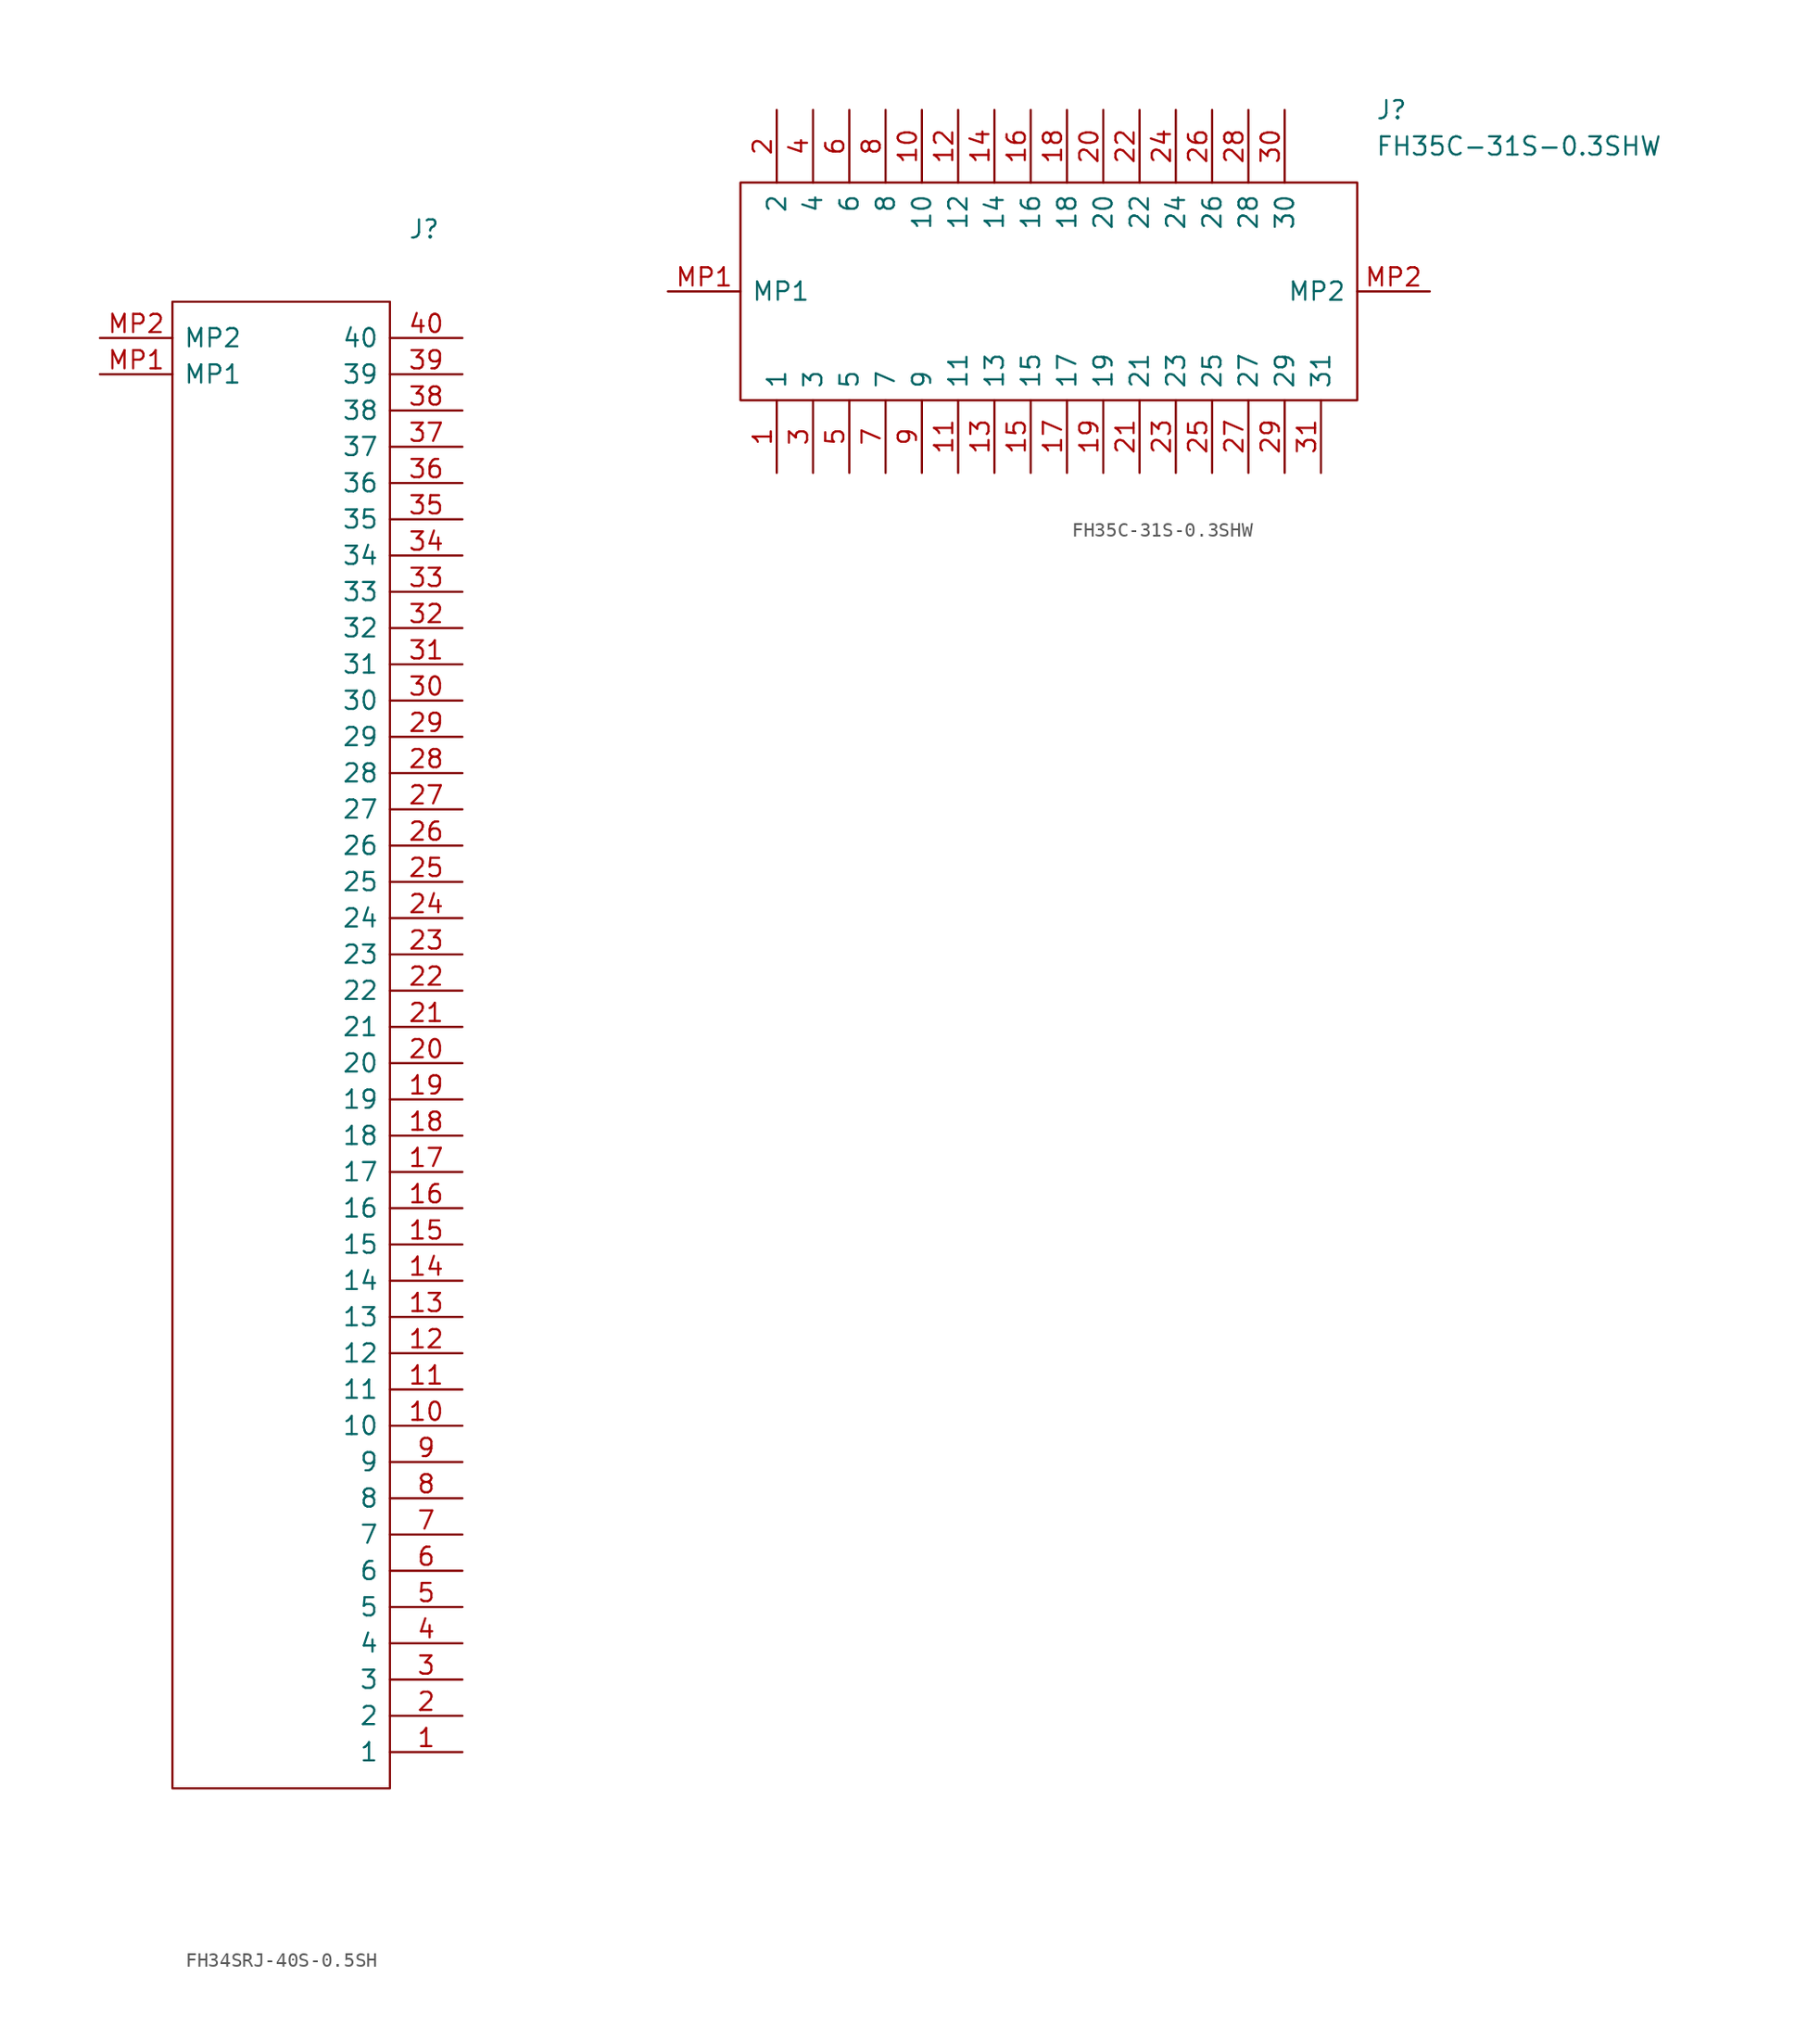
<source format=kicad_sym>
(kicad_symbol_lib
  (version 20220914)
  (generator kicad_symbol_editor)
  (symbol "FH34SRJ-40S-0.5SH"
    (pin_names
      (offset 0.762))
    (property "Reference" "J"
      (at 21.59 7.62 0)
      (effects (font (size 1.27 1.27)) (justify left)))
    (symbol "FH34SRJ-40S-0.5SH_0_0"
      (pin passive line (at 25.4 -99.06 180) (length 5.08) (name "1" (effects (font (size 1.27 1.27)))) (number "1" (effects (font (size 1.27 1.27)))))
      (pin passive line (at 25.4 -76.2 180) (length 5.08) (name "10" (effects (font (size 1.27 1.27)))) (number "10" (effects (font (size 1.27 1.27)))))
      (pin passive line (at 25.4 -73.66 180) (length 5.08) (name "11" (effects (font (size 1.27 1.27)))) (number "11" (effects (font (size 1.27 1.27)))))
      (pin passive line (at 25.4 -71.12 180) (length 5.08) (name "12" (effects (font (size 1.27 1.27)))) (number "12" (effects (font (size 1.27 1.27)))))
      (pin passive line (at 25.4 -68.58 180) (length 5.08) (name "13" (effects (font (size 1.27 1.27)))) (number "13" (effects (font (size 1.27 1.27)))))
      (pin passive line (at 25.4 -66.04 180) (length 5.08) (name "14" (effects (font (size 1.27 1.27)))) (number "14" (effects (font (size 1.27 1.27)))))
      (pin passive line (at 25.4 -63.5 180) (length 5.08) (name "15" (effects (font (size 1.27 1.27)))) (number "15" (effects (font (size 1.27 1.27)))))
      (pin passive line (at 25.4 -60.96 180) (length 5.08) (name "16" (effects (font (size 1.27 1.27)))) (number "16" (effects (font (size 1.27 1.27)))))
      (pin passive line (at 25.4 -58.42 180) (length 5.08) (name "17" (effects (font (size 1.27 1.27)))) (number "17" (effects (font (size 1.27 1.27)))))
      (pin passive line (at 25.4 -55.88 180) (length 5.08) (name "18" (effects (font (size 1.27 1.27)))) (number "18" (effects (font (size 1.27 1.27)))))
      (pin passive line (at 25.4 -53.34 180) (length 5.08) (name "19" (effects (font (size 1.27 1.27)))) (number "19" (effects (font (size 1.27 1.27)))))
      (pin passive line (at 25.4 -96.52 180) (length 5.08) (name "2" (effects (font (size 1.27 1.27)))) (number "2" (effects (font (size 1.27 1.27)))))
      (pin passive line (at 25.4 -50.8 180) (length 5.08) (name "20" (effects (font (size 1.27 1.27)))) (number "20" (effects (font (size 1.27 1.27)))))
      (pin passive line (at 25.4 -48.26 180) (length 5.08) (name "21" (effects (font (size 1.27 1.27)))) (number "21" (effects (font (size 1.27 1.27)))))
      (pin passive line (at 25.4 -45.72 180) (length 5.08) (name "22" (effects (font (size 1.27 1.27)))) (number "22" (effects (font (size 1.27 1.27)))))
      (pin passive line (at 25.4 -43.18 180) (length 5.08) (name "23" (effects (font (size 1.27 1.27)))) (number "23" (effects (font (size 1.27 1.27)))))
      (pin passive line (at 25.4 -40.64 180) (length 5.08) (name "24" (effects (font (size 1.27 1.27)))) (number "24" (effects (font (size 1.27 1.27)))))
      (pin passive line (at 25.4 -38.1 180) (length 5.08) (name "25" (effects (font (size 1.27 1.27)))) (number "25" (effects (font (size 1.27 1.27)))))
      (pin passive line (at 25.4 -35.56 180) (length 5.08) (name "26" (effects (font (size 1.27 1.27)))) (number "26" (effects (font (size 1.27 1.27)))))
      (pin passive line (at 25.4 -33.02 180) (length 5.08) (name "27" (effects (font (size 1.27 1.27)))) (number "27" (effects (font (size 1.27 1.27)))))
      (pin passive line (at 25.4 -30.48 180) (length 5.08) (name "28" (effects (font (size 1.27 1.27)))) (number "28" (effects (font (size 1.27 1.27)))))
      (pin passive line (at 25.4 -27.94 180) (length 5.08) (name "29" (effects (font (size 1.27 1.27)))) (number "29" (effects (font (size 1.27 1.27)))))
      (pin passive line (at 25.4 -93.98 180) (length 5.08) (name "3" (effects (font (size 1.27 1.27)))) (number "3" (effects (font (size 1.27 1.27)))))
      (pin passive line (at 25.4 -25.4 180) (length 5.08) (name "30" (effects (font (size 1.27 1.27)))) (number "30" (effects (font (size 1.27 1.27)))))
      (pin passive line (at 25.4 -22.86 180) (length 5.08) (name "31" (effects (font (size 1.27 1.27)))) (number "31" (effects (font (size 1.27 1.27)))))
      (pin passive line (at 25.4 -20.32 180) (length 5.08) (name "32" (effects (font (size 1.27 1.27)))) (number "32" (effects (font (size 1.27 1.27)))))
      (pin passive line (at 25.4 -17.78 180) (length 5.08) (name "33" (effects (font (size 1.27 1.27)))) (number "33" (effects (font (size 1.27 1.27)))))
      (pin passive line (at 25.4 -15.24 180) (length 5.08) (name "34" (effects (font (size 1.27 1.27)))) (number "34" (effects (font (size 1.27 1.27)))))
      (pin passive line (at 25.4 -12.7 180) (length 5.08) (name "35" (effects (font (size 1.27 1.27)))) (number "35" (effects (font (size 1.27 1.27)))))
      (pin passive line (at 25.4 -10.16 180) (length 5.08) (name "36" (effects (font (size 1.27 1.27)))) (number "36" (effects (font (size 1.27 1.27)))))
      (pin passive line (at 25.4 -7.62 180) (length 5.08) (name "37" (effects (font (size 1.27 1.27)))) (number "37" (effects (font (size 1.27 1.27)))))
      (pin passive line (at 25.4 -5.08 180) (length 5.08) (name "38" (effects (font (size 1.27 1.27)))) (number "38" (effects (font (size 1.27 1.27)))))
      (pin passive line (at 25.4 -2.54 180) (length 5.08) (name "39" (effects (font (size 1.27 1.27)))) (number "39" (effects (font (size 1.27 1.27)))))
      (pin passive line (at 25.4 -91.44 180) (length 5.08) (name "4" (effects (font (size 1.27 1.27)))) (number "4" (effects (font (size 1.27 1.27)))))
      (pin passive line (at 25.4 0 180) (length 5.08) (name "40" (effects (font (size 1.27 1.27)))) (number "40" (effects (font (size 1.27 1.27)))))
      (pin passive line (at 25.4 -88.9 180) (length 5.08) (name "5" (effects (font (size 1.27 1.27)))) (number "5" (effects (font (size 1.27 1.27)))))
      (pin passive line (at 25.4 -86.36 180) (length 5.08) (name "6" (effects (font (size 1.27 1.27)))) (number "6" (effects (font (size 1.27 1.27)))))
      (pin passive line (at 25.4 -83.82 180) (length 5.08) (name "7" (effects (font (size 1.27 1.27)))) (number "7" (effects (font (size 1.27 1.27)))))
      (pin passive line (at 25.4 -81.28 180) (length 5.08) (name "8" (effects (font (size 1.27 1.27)))) (number "8" (effects (font (size 1.27 1.27)))))
      (pin passive line (at 25.4 -78.74 180) (length 5.08) (name "9" (effects (font (size 1.27 1.27)))) (number "9" (effects (font (size 1.27 1.27)))))
      (pin passive line (at 0 -2.54 0) (length 5.08) (name "MP1" (effects (font (size 1.27 1.27)))) (number "MP1" (effects (font (size 1.27 1.27)))))
      (pin passive line (at 0 0 0) (length 5.08) (name "MP2" (effects (font (size 1.27 1.27)))) (number "MP2" (effects (font (size 1.27 1.27))))))
    (symbol "FH34SRJ-40S-0.5SH_0_1"
      (polyline (pts (xy 5.08 2.54) (xy 20.32 2.54) (xy 20.32 -101.6) (xy 5.08 -101.6) (xy 5.08 2.54)) (stroke (width 0.152) (type default)) (fill (type none)))))
  (symbol "FH35C-31S-0.3SHW"
    (pin_names
      (offset 0.762))
    (property "Reference" "J"
      (at 49.53 12.7 0)
      (effects (font (size 1.27 1.27)) (justify left)))
    (property "Value" "FH35C-31S-0.3SHW"
      (at 49.53 10.16 0)
      (effects (font (size 1.27 1.27)) (justify left)))
    (symbol "FH35C-31S-0.3SHW_0_0"
      (pin passive line (at 7.62 -12.7 90) (length 5.08) (name "1" (effects (font (size 1.27 1.27)))) (number "1" (effects (font (size 1.27 1.27)))))
      (pin passive line (at 17.78 12.7 270) (length 5.08) (name "10" (effects (font (size 1.27 1.27)))) (number "10" (effects (font (size 1.27 1.27)))))
      (pin passive line (at 20.32 -12.7 90) (length 5.08) (name "11" (effects (font (size 1.27 1.27)))) (number "11" (effects (font (size 1.27 1.27)))))
      (pin passive line (at 20.32 12.7 270) (length 5.08) (name "12" (effects (font (size 1.27 1.27)))) (number "12" (effects (font (size 1.27 1.27)))))
      (pin passive line (at 22.86 -12.7 90) (length 5.08) (name "13" (effects (font (size 1.27 1.27)))) (number "13" (effects (font (size 1.27 1.27)))))
      (pin passive line (at 22.86 12.7 270) (length 5.08) (name "14" (effects (font (size 1.27 1.27)))) (number "14" (effects (font (size 1.27 1.27)))))
      (pin passive line (at 25.4 -12.7 90) (length 5.08) (name "15" (effects (font (size 1.27 1.27)))) (number "15" (effects (font (size 1.27 1.27)))))
      (pin passive line (at 25.4 12.7 270) (length 5.08) (name "16" (effects (font (size 1.27 1.27)))) (number "16" (effects (font (size 1.27 1.27)))))
      (pin passive line (at 27.94 -12.7 90) (length 5.08) (name "17" (effects (font (size 1.27 1.27)))) (number "17" (effects (font (size 1.27 1.27)))))
      (pin passive line (at 27.94 12.7 270) (length 5.08) (name "18" (effects (font (size 1.27 1.27)))) (number "18" (effects (font (size 1.27 1.27)))))
      (pin passive line (at 30.48 -12.7 90) (length 5.08) (name "19" (effects (font (size 1.27 1.27)))) (number "19" (effects (font (size 1.27 1.27)))))
      (pin passive line (at 7.62 12.7 270) (length 5.08) (name "2" (effects (font (size 1.27 1.27)))) (number "2" (effects (font (size 1.27 1.27)))))
      (pin passive line (at 30.48 12.7 270) (length 5.08) (name "20" (effects (font (size 1.27 1.27)))) (number "20" (effects (font (size 1.27 1.27)))))
      (pin passive line (at 33.02 -12.7 90) (length 5.08) (name "21" (effects (font (size 1.27 1.27)))) (number "21" (effects (font (size 1.27 1.27)))))
      (pin passive line (at 33.02 12.7 270) (length 5.08) (name "22" (effects (font (size 1.27 1.27)))) (number "22" (effects (font (size 1.27 1.27)))))
      (pin passive line (at 35.56 -12.7 90) (length 5.08) (name "23" (effects (font (size 1.27 1.27)))) (number "23" (effects (font (size 1.27 1.27)))))
      (pin passive line (at 35.56 12.7 270) (length 5.08) (name "24" (effects (font (size 1.27 1.27)))) (number "24" (effects (font (size 1.27 1.27)))))
      (pin passive line (at 38.1 -12.7 90) (length 5.08) (name "25" (effects (font (size 1.27 1.27)))) (number "25" (effects (font (size 1.27 1.27)))))
      (pin passive line (at 38.1 12.7 270) (length 5.08) (name "26" (effects (font (size 1.27 1.27)))) (number "26" (effects (font (size 1.27 1.27)))))
      (pin passive line (at 40.64 -12.7 90) (length 5.08) (name "27" (effects (font (size 1.27 1.27)))) (number "27" (effects (font (size 1.27 1.27)))))
      (pin passive line (at 40.64 12.7 270) (length 5.08) (name "28" (effects (font (size 1.27 1.27)))) (number "28" (effects (font (size 1.27 1.27)))))
      (pin passive line (at 43.18 -12.7 90) (length 5.08) (name "29" (effects (font (size 1.27 1.27)))) (number "29" (effects (font (size 1.27 1.27)))))
      (pin passive line (at 10.16 -12.7 90) (length 5.08) (name "3" (effects (font (size 1.27 1.27)))) (number "3" (effects (font (size 1.27 1.27)))))
      (pin passive line (at 43.18 12.7 270) (length 5.08) (name "30" (effects (font (size 1.27 1.27)))) (number "30" (effects (font (size 1.27 1.27)))))
      (pin passive line (at 45.72 -12.7 90) (length 5.08) (name "31" (effects (font (size 1.27 1.27)))) (number "31" (effects (font (size 1.27 1.27)))))
      (pin passive line (at 10.16 12.7 270) (length 5.08) (name "4" (effects (font (size 1.27 1.27)))) (number "4" (effects (font (size 1.27 1.27)))))
      (pin passive line (at 12.7 -12.7 90) (length 5.08) (name "5" (effects (font (size 1.27 1.27)))) (number "5" (effects (font (size 1.27 1.27)))))
      (pin passive line (at 12.7 12.7 270) (length 5.08) (name "6" (effects (font (size 1.27 1.27)))) (number "6" (effects (font (size 1.27 1.27)))))
      (pin passive line (at 15.24 -12.7 90) (length 5.08) (name "7" (effects (font (size 1.27 1.27)))) (number "7" (effects (font (size 1.27 1.27)))))
      (pin passive line (at 15.24 12.7 270) (length 5.08) (name "8" (effects (font (size 1.27 1.27)))) (number "8" (effects (font (size 1.27 1.27)))))
      (pin passive line (at 17.78 -12.7 90) (length 5.08) (name "9" (effects (font (size 1.27 1.27)))) (number "9" (effects (font (size 1.27 1.27)))))
      (pin passive line (at 0 0 0) (length 5.08) (name "MP1" (effects (font (size 1.27 1.27)))) (number "MP1" (effects (font (size 1.27 1.27)))))
      (pin passive line (at 53.34 0 180) (length 5.08) (name "MP2" (effects (font (size 1.27 1.27)))) (number "MP2" (effects (font (size 1.27 1.27))))))
    (symbol "FH35C-31S-0.3SHW_0_1"
      (polyline (pts (xy 5.08 7.62) (xy 48.26 7.62) (xy 48.26 -7.62) (xy 5.08 -7.62) (xy 5.08 7.62)) (stroke (width 0.152) (type default)) (fill (type none))))))
</source>
